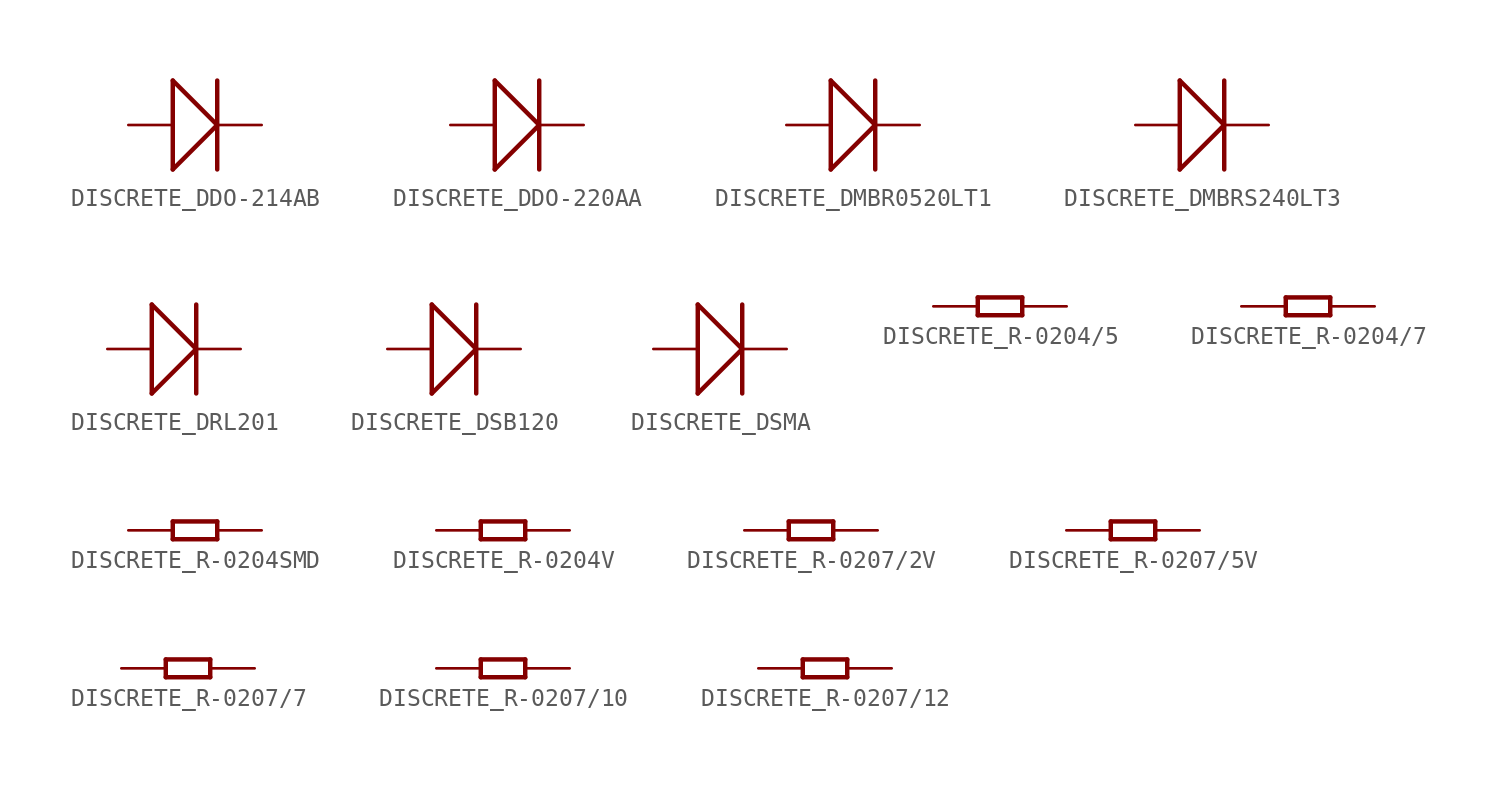
<source format=kicad_sym>
(kicad_symbol_lib
  (version 20231120)
  (generator "kicad_symbol_editor")
  (generator_version "8.0")
  (symbol "DISCRETE_DDO-214AB"
    (property "Reference" "D"
      (at -8.89 0 0)
      (effects (font (size 1.778 1.511)) (justify left bottom) (hide yes)))
    (property "ki_locked" ""
      (at 0 0 0)
      (effects (font (size 1.27 1.27))))
    (symbol "DISCRETE_DDO-214AB_1_0"
      (polyline (pts (xy -1.27 -2.54) (xy -1.27 2.54)) (stroke (width 0.254) (type solid)) (fill (type none)))
      (polyline (pts (xy -1.27 -2.54) (xy 1.27 0)) (stroke (width 0.254) (type solid)) (fill (type none)))
      (polyline (pts (xy -1.27 2.54) (xy 1.27 0)) (stroke (width 0.254) (type solid)) (fill (type none)))
      (polyline (pts (xy 1.27 2.54) (xy 1.27 -2.54)) (stroke (width 0.254) (type solid)) (fill (type none)))
      (pin passive line (at -3.81 0 0) (length 2.54) (name "+" (effects (font (size 0 0)))) (number "1" (effects (font (size 0 0)))))
      (pin passive line (at 3.81 0 180) (length 2.54) (name "-" (effects (font (size 0 0)))) (number "2" (effects (font (size 0 0)))))))
  (symbol "DISCRETE_DDO-220AA"
    (property "Reference" "D"
      (at -8.89 0 0)
      (effects (font (size 1.778 1.511)) (justify left bottom) (hide yes)))
    (property "ki_locked" ""
      (at 0 0 0)
      (effects (font (size 1.27 1.27))))
    (symbol "DISCRETE_DDO-220AA_1_0"
      (polyline (pts (xy -1.27 -2.54) (xy -1.27 2.54)) (stroke (width 0.254) (type solid)) (fill (type none)))
      (polyline (pts (xy -1.27 -2.54) (xy 1.27 0)) (stroke (width 0.254) (type solid)) (fill (type none)))
      (polyline (pts (xy -1.27 2.54) (xy 1.27 0)) (stroke (width 0.254) (type solid)) (fill (type none)))
      (polyline (pts (xy 1.27 2.54) (xy 1.27 -2.54)) (stroke (width 0.254) (type solid)) (fill (type none)))
      (pin passive line (at -3.81 0 0) (length 2.54) (name "+" (effects (font (size 0 0)))) (number "+" (effects (font (size 0 0)))))
      (pin passive line (at 3.81 0 180) (length 2.54) (name "-" (effects (font (size 0 0)))) (number "-" (effects (font (size 0 0)))))))
  (symbol "DISCRETE_DMBR0520LT1"
    (property "Reference" "D"
      (at -8.89 0 0)
      (effects (font (size 1.778 1.511)) (justify left bottom) (hide yes)))
    (property "ki_locked" ""
      (at 0 0 0)
      (effects (font (size 1.27 1.27))))
    (symbol "DISCRETE_DMBR0520LT1_1_0"
      (polyline (pts (xy -1.27 -2.54) (xy -1.27 2.54)) (stroke (width 0.254) (type solid)) (fill (type none)))
      (polyline (pts (xy -1.27 -2.54) (xy 1.27 0)) (stroke (width 0.254) (type solid)) (fill (type none)))
      (polyline (pts (xy -1.27 2.54) (xy 1.27 0)) (stroke (width 0.254) (type solid)) (fill (type none)))
      (polyline (pts (xy 1.27 2.54) (xy 1.27 -2.54)) (stroke (width 0.254) (type solid)) (fill (type none)))
      (pin passive line (at -3.81 0 0) (length 2.54) (name "+" (effects (font (size 0 0)))) (number "1" (effects (font (size 0 0)))))
      (pin passive line (at 3.81 0 180) (length 2.54) (name "-" (effects (font (size 0 0)))) (number "2" (effects (font (size 0 0)))))))
  (symbol "DISCRETE_DMBRS240LT3"
    (property "Reference" "D"
      (at -8.89 0 0)
      (effects (font (size 1.778 1.511)) (justify left bottom) (hide yes)))
    (property "ki_locked" ""
      (at 0 0 0)
      (effects (font (size 1.27 1.27))))
    (symbol "DISCRETE_DMBRS240LT3_1_0"
      (polyline (pts (xy -1.27 -2.54) (xy -1.27 2.54)) (stroke (width 0.254) (type solid)) (fill (type none)))
      (polyline (pts (xy -1.27 -2.54) (xy 1.27 0)) (stroke (width 0.254) (type solid)) (fill (type none)))
      (polyline (pts (xy -1.27 2.54) (xy 1.27 0)) (stroke (width 0.254) (type solid)) (fill (type none)))
      (polyline (pts (xy 1.27 2.54) (xy 1.27 -2.54)) (stroke (width 0.254) (type solid)) (fill (type none)))
      (pin passive line (at -3.81 0 0) (length 2.54) (name "+" (effects (font (size 0 0)))) (number "+" (effects (font (size 0 0)))))
      (pin passive line (at 3.81 0 180) (length 2.54) (name "-" (effects (font (size 0 0)))) (number "-" (effects (font (size 0 0)))))))
  (symbol "DISCRETE_DRL201"
    (property "Reference" "D"
      (at -8.89 0 0)
      (effects (font (size 1.778 1.511)) (justify left bottom) (hide yes)))
    (property "ki_locked" ""
      (at 0 0 0)
      (effects (font (size 1.27 1.27))))
    (symbol "DISCRETE_DRL201_1_0"
      (polyline (pts (xy -1.27 -2.54) (xy -1.27 2.54)) (stroke (width 0.254) (type solid)) (fill (type none)))
      (polyline (pts (xy -1.27 -2.54) (xy 1.27 0)) (stroke (width 0.254) (type solid)) (fill (type none)))
      (polyline (pts (xy -1.27 2.54) (xy 1.27 0)) (stroke (width 0.254) (type solid)) (fill (type none)))
      (polyline (pts (xy 1.27 2.54) (xy 1.27 -2.54)) (stroke (width 0.254) (type solid)) (fill (type none)))
      (pin passive line (at -3.81 0 0) (length 2.54) (name "+" (effects (font (size 0 0)))) (number "+" (effects (font (size 0 0)))))
      (pin passive line (at 3.81 0 180) (length 2.54) (name "-" (effects (font (size 0 0)))) (number "-" (effects (font (size 0 0)))))))
  (symbol "DISCRETE_DSB120"
    (property "Reference" "D"
      (at -8.89 0 0)
      (effects (font (size 1.778 1.511)) (justify left bottom) (hide yes)))
    (property "ki_locked" ""
      (at 0 0 0)
      (effects (font (size 1.27 1.27))))
    (symbol "DISCRETE_DSB120_1_0"
      (polyline (pts (xy -1.27 -2.54) (xy -1.27 2.54)) (stroke (width 0.254) (type solid)) (fill (type none)))
      (polyline (pts (xy -1.27 -2.54) (xy 1.27 0)) (stroke (width 0.254) (type solid)) (fill (type none)))
      (polyline (pts (xy -1.27 2.54) (xy 1.27 0)) (stroke (width 0.254) (type solid)) (fill (type none)))
      (polyline (pts (xy 1.27 2.54) (xy 1.27 -2.54)) (stroke (width 0.254) (type solid)) (fill (type none)))
      (pin passive line (at -3.81 0 0) (length 2.54) (name "+" (effects (font (size 0 0)))) (number "1" (effects (font (size 0 0)))))
      (pin passive line (at 3.81 0 180) (length 2.54) (name "-" (effects (font (size 0 0)))) (number "2" (effects (font (size 0 0)))))))
  (symbol "DISCRETE_DSMA"
    (property "Reference" "D"
      (at -8.89 0 0)
      (effects (font (size 1.778 1.511)) (justify left bottom) (hide yes)))
    (property "ki_locked" ""
      (at 0 0 0)
      (effects (font (size 1.27 1.27))))
    (symbol "DISCRETE_DSMA_1_0"
      (polyline (pts (xy -1.27 -2.54) (xy -1.27 2.54)) (stroke (width 0.254) (type solid)) (fill (type none)))
      (polyline (pts (xy -1.27 -2.54) (xy 1.27 0)) (stroke (width 0.254) (type solid)) (fill (type none)))
      (polyline (pts (xy -1.27 2.54) (xy 1.27 0)) (stroke (width 0.254) (type solid)) (fill (type none)))
      (polyline (pts (xy 1.27 2.54) (xy 1.27 -2.54)) (stroke (width 0.254) (type solid)) (fill (type none)))
      (pin passive line (at -3.81 0 0) (length 2.54) (name "+" (effects (font (size 0 0)))) (number "+" (effects (font (size 0 0)))))
      (pin passive line (at 3.81 0 180) (length 2.54) (name "-" (effects (font (size 0 0)))) (number "-" (effects (font (size 0 0)))))))
  (symbol "DISCRETE_R-0204/5"
    (property "Reference" "R"
      (at -3.81 0 0)
      (effects (font (size 1.27 1.079)) (justify left bottom) (hide yes)))
    (property "ki_locked" ""
      (at 0 0 0)
      (effects (font (size 1.27 1.27))))
    (symbol "DISCRETE_R-0204/5_1_0"
      (polyline (pts (xy -1.27 -0.508) (xy -1.27 0.508)) (stroke (width 0.254) (type solid)) (fill (type none)))
      (polyline (pts (xy -1.27 0.508) (xy 1.27 0.508)) (stroke (width 0.254) (type solid)) (fill (type none)))
      (polyline (pts (xy 1.27 -0.508) (xy -1.27 -0.508)) (stroke (width 0.254) (type solid)) (fill (type none)))
      (polyline (pts (xy 1.27 0.508) (xy 1.27 -0.508)) (stroke (width 0.254) (type solid)) (fill (type none)))
      (pin passive line (at -3.81 0 0) (length 2.54) (name "1" (effects (font (size 0 0)))) (number "1" (effects (font (size 0 0)))))
      (pin passive line (at 3.81 0 180) (length 2.54) (name "2" (effects (font (size 0 0)))) (number "2" (effects (font (size 0 0)))))))
  (symbol "DISCRETE_R-0204/7"
    (property "Reference" "R"
      (at -3.81 0 0)
      (effects (font (size 1.27 1.079)) (justify left bottom) (hide yes)))
    (property "ki_locked" ""
      (at 0 0 0)
      (effects (font (size 1.27 1.27))))
    (symbol "DISCRETE_R-0204/7_1_0"
      (polyline (pts (xy -1.27 -0.508) (xy -1.27 0.508)) (stroke (width 0.254) (type solid)) (fill (type none)))
      (polyline (pts (xy -1.27 0.508) (xy 1.27 0.508)) (stroke (width 0.254) (type solid)) (fill (type none)))
      (polyline (pts (xy 1.27 -0.508) (xy -1.27 -0.508)) (stroke (width 0.254) (type solid)) (fill (type none)))
      (polyline (pts (xy 1.27 0.508) (xy 1.27 -0.508)) (stroke (width 0.254) (type solid)) (fill (type none)))
      (pin passive line (at -3.81 0 0) (length 2.54) (name "1" (effects (font (size 0 0)))) (number "1" (effects (font (size 0 0)))))
      (pin passive line (at 3.81 0 180) (length 2.54) (name "2" (effects (font (size 0 0)))) (number "2" (effects (font (size 0 0)))))))
  (symbol "DISCRETE_R-0204SMD"
    (property "Reference" "R"
      (at -3.81 0 0)
      (effects (font (size 1.27 1.079)) (justify left bottom) (hide yes)))
    (property "ki_locked" ""
      (at 0 0 0)
      (effects (font (size 1.27 1.27))))
    (symbol "DISCRETE_R-0204SMD_1_0"
      (polyline (pts (xy -1.27 -0.508) (xy -1.27 0.508)) (stroke (width 0.254) (type solid)) (fill (type none)))
      (polyline (pts (xy -1.27 0.508) (xy 1.27 0.508)) (stroke (width 0.254) (type solid)) (fill (type none)))
      (polyline (pts (xy 1.27 -0.508) (xy -1.27 -0.508)) (stroke (width 0.254) (type solid)) (fill (type none)))
      (polyline (pts (xy 1.27 0.508) (xy 1.27 -0.508)) (stroke (width 0.254) (type solid)) (fill (type none)))
      (pin passive line (at -3.81 0 0) (length 2.54) (name "1" (effects (font (size 0 0)))) (number "1" (effects (font (size 0 0)))))
      (pin passive line (at 3.81 0 180) (length 2.54) (name "2" (effects (font (size 0 0)))) (number "2" (effects (font (size 0 0)))))))
  (symbol "DISCRETE_R-0204V"
    (property "Reference" "R"
      (at -3.81 0 0)
      (effects (font (size 1.27 1.079)) (justify left bottom) (hide yes)))
    (property "ki_locked" ""
      (at 0 0 0)
      (effects (font (size 1.27 1.27))))
    (symbol "DISCRETE_R-0204V_1_0"
      (polyline (pts (xy -1.27 -0.508) (xy -1.27 0.508)) (stroke (width 0.254) (type solid)) (fill (type none)))
      (polyline (pts (xy -1.27 0.508) (xy 1.27 0.508)) (stroke (width 0.254) (type solid)) (fill (type none)))
      (polyline (pts (xy 1.27 -0.508) (xy -1.27 -0.508)) (stroke (width 0.254) (type solid)) (fill (type none)))
      (polyline (pts (xy 1.27 0.508) (xy 1.27 -0.508)) (stroke (width 0.254) (type solid)) (fill (type none)))
      (pin passive line (at -3.81 0 0) (length 2.54) (name "1" (effects (font (size 0 0)))) (number "1" (effects (font (size 0 0)))))
      (pin passive line (at 3.81 0 180) (length 2.54) (name "2" (effects (font (size 0 0)))) (number "2" (effects (font (size 0 0)))))))
  (symbol "DISCRETE_R-0207/2V"
    (property "Reference" "R"
      (at -3.81 0 0)
      (effects (font (size 1.27 1.079)) (justify left bottom) (hide yes)))
    (property "ki_locked" ""
      (at 0 0 0)
      (effects (font (size 1.27 1.27))))
    (symbol "DISCRETE_R-0207/2V_1_0"
      (polyline (pts (xy -1.27 -0.508) (xy -1.27 0.508)) (stroke (width 0.254) (type solid)) (fill (type none)))
      (polyline (pts (xy -1.27 0.508) (xy 1.27 0.508)) (stroke (width 0.254) (type solid)) (fill (type none)))
      (polyline (pts (xy 1.27 -0.508) (xy -1.27 -0.508)) (stroke (width 0.254) (type solid)) (fill (type none)))
      (polyline (pts (xy 1.27 0.508) (xy 1.27 -0.508)) (stroke (width 0.254) (type solid)) (fill (type none)))
      (pin passive line (at -3.81 0 0) (length 2.54) (name "1" (effects (font (size 0 0)))) (number "1" (effects (font (size 0 0)))))
      (pin passive line (at 3.81 0 180) (length 2.54) (name "2" (effects (font (size 0 0)))) (number "2" (effects (font (size 0 0)))))))
  (symbol "DISCRETE_R-0207/5V"
    (property "Reference" "R"
      (at -3.81 0 0)
      (effects (font (size 1.27 1.079)) (justify left bottom) (hide yes)))
    (property "ki_locked" ""
      (at 0 0 0)
      (effects (font (size 1.27 1.27))))
    (symbol "DISCRETE_R-0207/5V_1_0"
      (polyline (pts (xy -1.27 -0.508) (xy -1.27 0.508)) (stroke (width 0.254) (type solid)) (fill (type none)))
      (polyline (pts (xy -1.27 0.508) (xy 1.27 0.508)) (stroke (width 0.254) (type solid)) (fill (type none)))
      (polyline (pts (xy 1.27 -0.508) (xy -1.27 -0.508)) (stroke (width 0.254) (type solid)) (fill (type none)))
      (polyline (pts (xy 1.27 0.508) (xy 1.27 -0.508)) (stroke (width 0.254) (type solid)) (fill (type none)))
      (pin passive line (at -3.81 0 0) (length 2.54) (name "1" (effects (font (size 0 0)))) (number "1" (effects (font (size 0 0)))))
      (pin passive line (at 3.81 0 180) (length 2.54) (name "2" (effects (font (size 0 0)))) (number "2" (effects (font (size 0 0)))))))
  (symbol "DISCRETE_R-0207/7"
    (property "Reference" "R"
      (at -3.81 0 0)
      (effects (font (size 1.27 1.079)) (justify left bottom) (hide yes)))
    (property "ki_locked" ""
      (at 0 0 0)
      (effects (font (size 1.27 1.27))))
    (symbol "DISCRETE_R-0207/7_1_0"
      (polyline (pts (xy -1.27 -0.508) (xy -1.27 0.508)) (stroke (width 0.254) (type solid)) (fill (type none)))
      (polyline (pts (xy -1.27 0.508) (xy 1.27 0.508)) (stroke (width 0.254) (type solid)) (fill (type none)))
      (polyline (pts (xy 1.27 -0.508) (xy -1.27 -0.508)) (stroke (width 0.254) (type solid)) (fill (type none)))
      (polyline (pts (xy 1.27 0.508) (xy 1.27 -0.508)) (stroke (width 0.254) (type solid)) (fill (type none)))
      (pin passive line (at -3.81 0 0) (length 2.54) (name "1" (effects (font (size 0 0)))) (number "1" (effects (font (size 0 0)))))
      (pin passive line (at 3.81 0 180) (length 2.54) (name "2" (effects (font (size 0 0)))) (number "2" (effects (font (size 0 0)))))))
  (symbol "DISCRETE_R-0207/10"
    (property "Reference" "R"
      (at -3.81 0 0)
      (effects (font (size 1.27 1.079)) (justify left bottom) (hide yes)))
    (property "ki_locked" ""
      (at 0 0 0)
      (effects (font (size 1.27 1.27))))
    (symbol "DISCRETE_R-0207/10_1_0"
      (polyline (pts (xy -1.27 -0.508) (xy -1.27 0.508)) (stroke (width 0.254) (type solid)) (fill (type none)))
      (polyline (pts (xy -1.27 0.508) (xy 1.27 0.508)) (stroke (width 0.254) (type solid)) (fill (type none)))
      (polyline (pts (xy 1.27 -0.508) (xy -1.27 -0.508)) (stroke (width 0.254) (type solid)) (fill (type none)))
      (polyline (pts (xy 1.27 0.508) (xy 1.27 -0.508)) (stroke (width 0.254) (type solid)) (fill (type none)))
      (pin passive line (at -3.81 0 0) (length 2.54) (name "1" (effects (font (size 0 0)))) (number "1" (effects (font (size 0 0)))))
      (pin passive line (at 3.81 0 180) (length 2.54) (name "2" (effects (font (size 0 0)))) (number "2" (effects (font (size 0 0)))))))
  (symbol "DISCRETE_R-0207/12"
    (property "Reference" "R"
      (at -3.81 0 0)
      (effects (font (size 1.27 1.079)) (justify left bottom) (hide yes)))
    (property "ki_locked" ""
      (at 0 0 0)
      (effects (font (size 1.27 1.27))))
    (symbol "DISCRETE_R-0207/12_1_0"
      (polyline (pts (xy -1.27 -0.508) (xy -1.27 0.508)) (stroke (width 0.254) (type solid)) (fill (type none)))
      (polyline (pts (xy -1.27 0.508) (xy 1.27 0.508)) (stroke (width 0.254) (type solid)) (fill (type none)))
      (polyline (pts (xy 1.27 -0.508) (xy -1.27 -0.508)) (stroke (width 0.254) (type solid)) (fill (type none)))
      (polyline (pts (xy 1.27 0.508) (xy 1.27 -0.508)) (stroke (width 0.254) (type solid)) (fill (type none)))
      (pin passive line (at -3.81 0 0) (length 2.54) (name "1" (effects (font (size 0 0)))) (number "1" (effects (font (size 0 0)))))
      (pin passive line (at 3.81 0 180) (length 2.54) (name "2" (effects (font (size 0 0)))) (number "2" (effects (font (size 0 0))))))))
</source>
